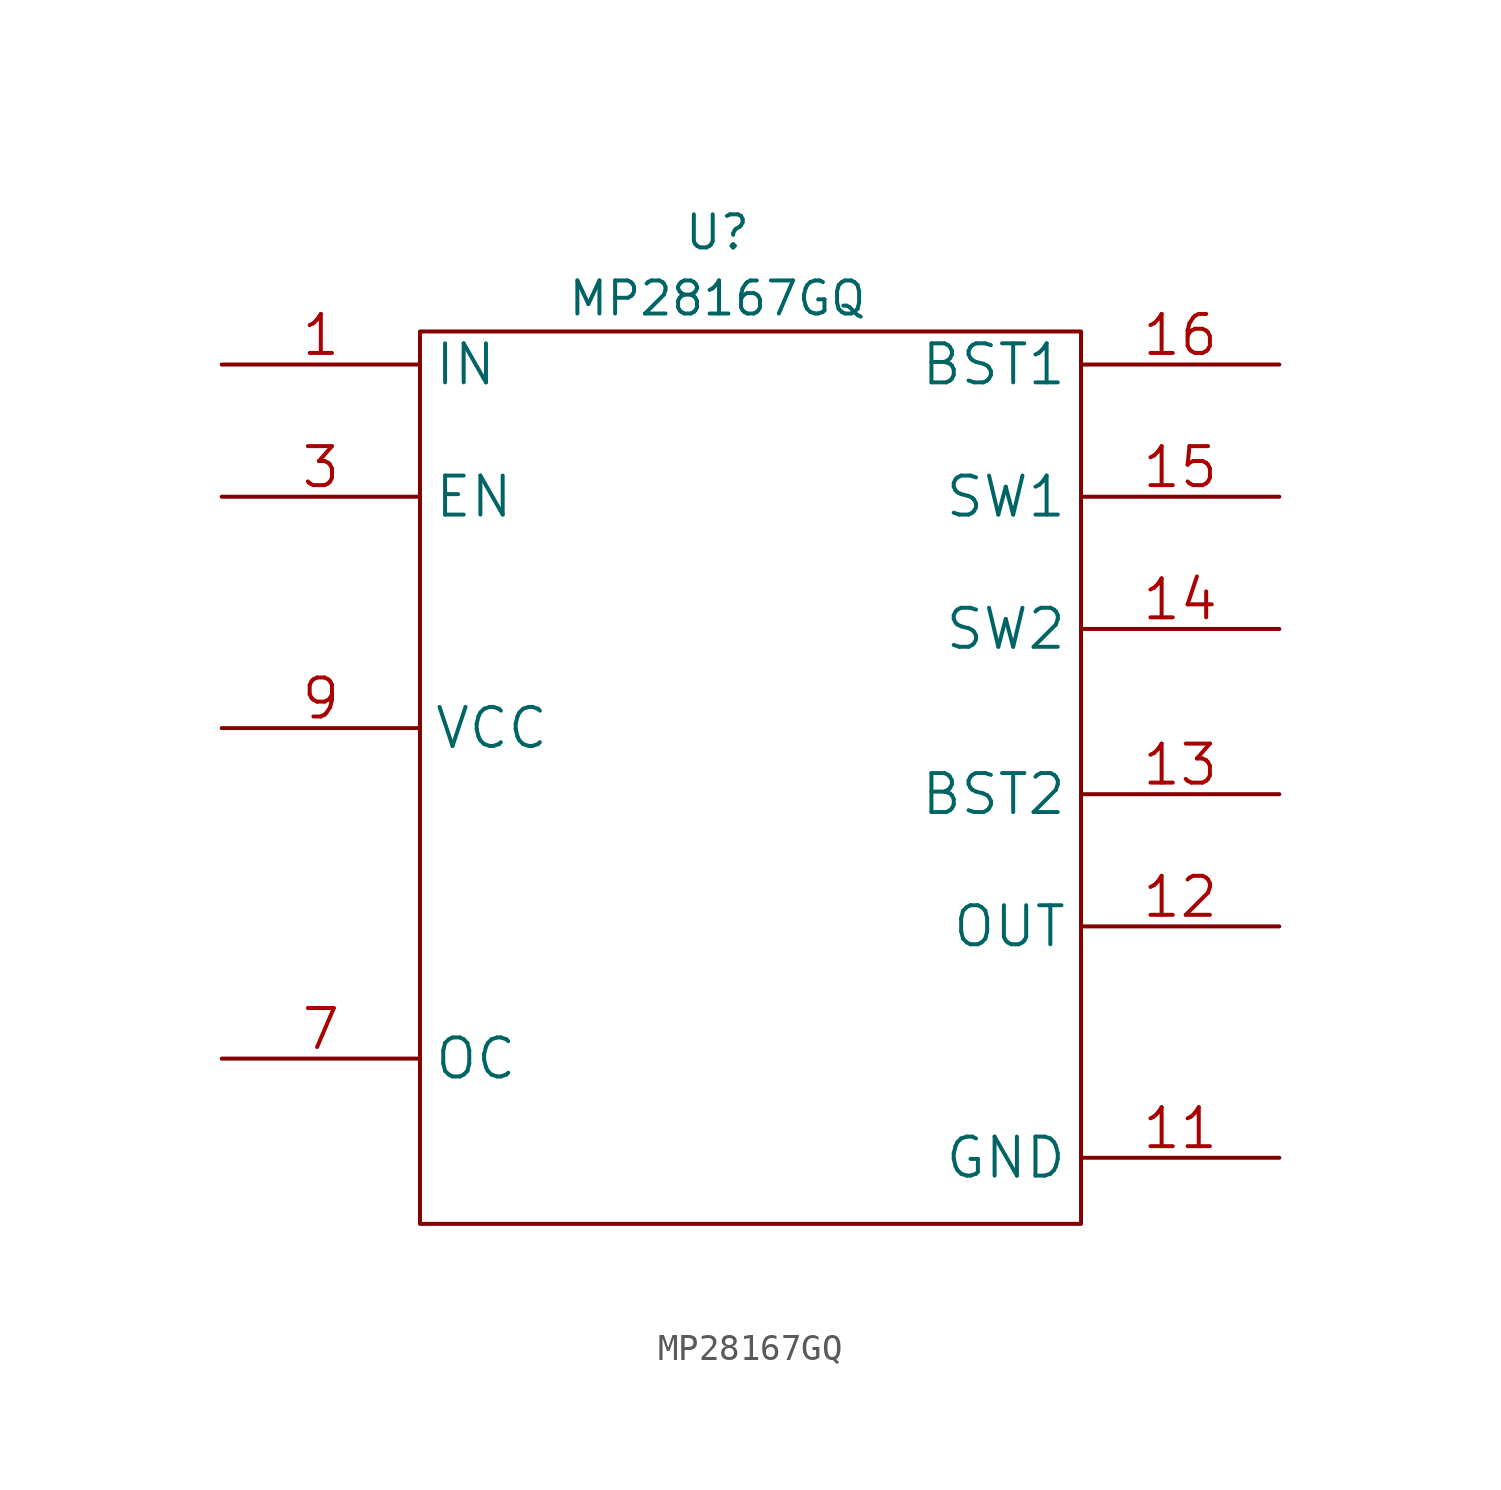
<source format=kicad_sym>
(kicad_symbol_lib
  (version 20211014)
  (generator kicad_symbol_editor)
  (symbol "MP28167GQ"
    (property "Reference" "U"
      (at -1.27 21.59 0)
      (effects (font (size 1.27 1.27))))
    (property "Value" "MP28167GQ"
      (at -1.27 19.05 0)
      (effects (font (size 1.27 1.27))))
    (symbol "MP28167GQ_0_1"
      (rectangle (start -12.7 17.78) (end 12.7 -16.51) (stroke (width 0) (type default) (color 0 0 0 0)) (fill (type none))))
    (symbol "MP28167GQ_1_1"
      (pin power_in line (at -20.32 16.51 0) (length 7.62) (name "IN" (effects (font (size 1.499 1.499)))) (number "1" (effects (font (size 1.499 1.499)))))
      (pin power_in line (at 20.32 -13.97 180) (length 7.62) hide (name "AGND" (effects (font (size 1.499 1.499)))) (number "10" (effects (font (size 1.499 1.499)))))
      (pin power_in line (at 20.32 -13.97 180) (length 7.62) (name "GND" (effects (font (size 1.499 1.499)))) (number "11" (effects (font (size 1.499 1.499)))))
      (pin power_out line (at 20.32 -5.08 180) (length 7.62) (name "OUT" (effects (font (size 1.499 1.499)))) (number "12" (effects (font (size 1.499 1.499)))))
      (pin bidirectional line (at 20.32 0 180) (length 7.62) (name "BST2" (effects (font (size 1.499 1.499)))) (number "13" (effects (font (size 1.499 1.499)))))
      (pin bidirectional line (at 20.32 6.35 180) (length 7.62) (name "SW2" (effects (font (size 1.499 1.499)))) (number "14" (effects (font (size 1.499 1.499)))))
      (pin bidirectional line (at 20.32 11.43 180) (length 7.62) (name "SW1" (effects (font (size 1.499 1.499)))) (number "15" (effects (font (size 1.499 1.499)))))
      (pin bidirectional line (at 20.32 16.51 180) (length 7.62) (name "BST1" (effects (font (size 1.499 1.499)))) (number "16" (effects (font (size 1.499 1.499)))))
      (pin power_in line (at 20.32 -13.97 180) (length 7.62) hide (name "GND" (effects (font (size 1.499 1.499)))) (number "2" (effects (font (size 1.499 1.499)))))
      (pin unspecified line (at -20.32 11.43 0) (length 7.62) (name "EN" (effects (font (size 1.499 1.499)))) (number "3" (effects (font (size 1.499 1.499)))))
      (pin passive line (at 20.32 -13.97 180) (length 7.62) hide (name "NC" (effects (font (size 1.27 1.27)))) (number "4" (effects (font (size 1.27 1.27)))))
      (pin passive line (at 20.32 -13.97 180) (length 7.62) hide (name "RSV1" (effects (font (size 1.27 1.27)))) (number "5" (effects (font (size 1.27 1.27)))))
      (pin passive line (at 20.32 -13.97 180) (length 7.62) hide (name "RSV2" (effects (font (size 1.27 1.27)))) (number "6" (effects (font (size 1.27 1.27)))))
      (pin unspecified line (at -20.32 -10.16 0) (length 7.62) (name "OC" (effects (font (size 1.499 1.499)))) (number "7" (effects (font (size 1.499 1.499)))))
      (pin passive line (at 20.32 -13.97 180) (length 7.62) hide (name "NC" (effects (font (size 1.27 1.27)))) (number "8" (effects (font (size 1.27 1.27)))))
      (pin power_out line (at -20.32 2.54 0) (length 7.62) (name "VCC" (effects (font (size 1.499 1.499)))) (number "9" (effects (font (size 1.499 1.499))))))))
</source>
